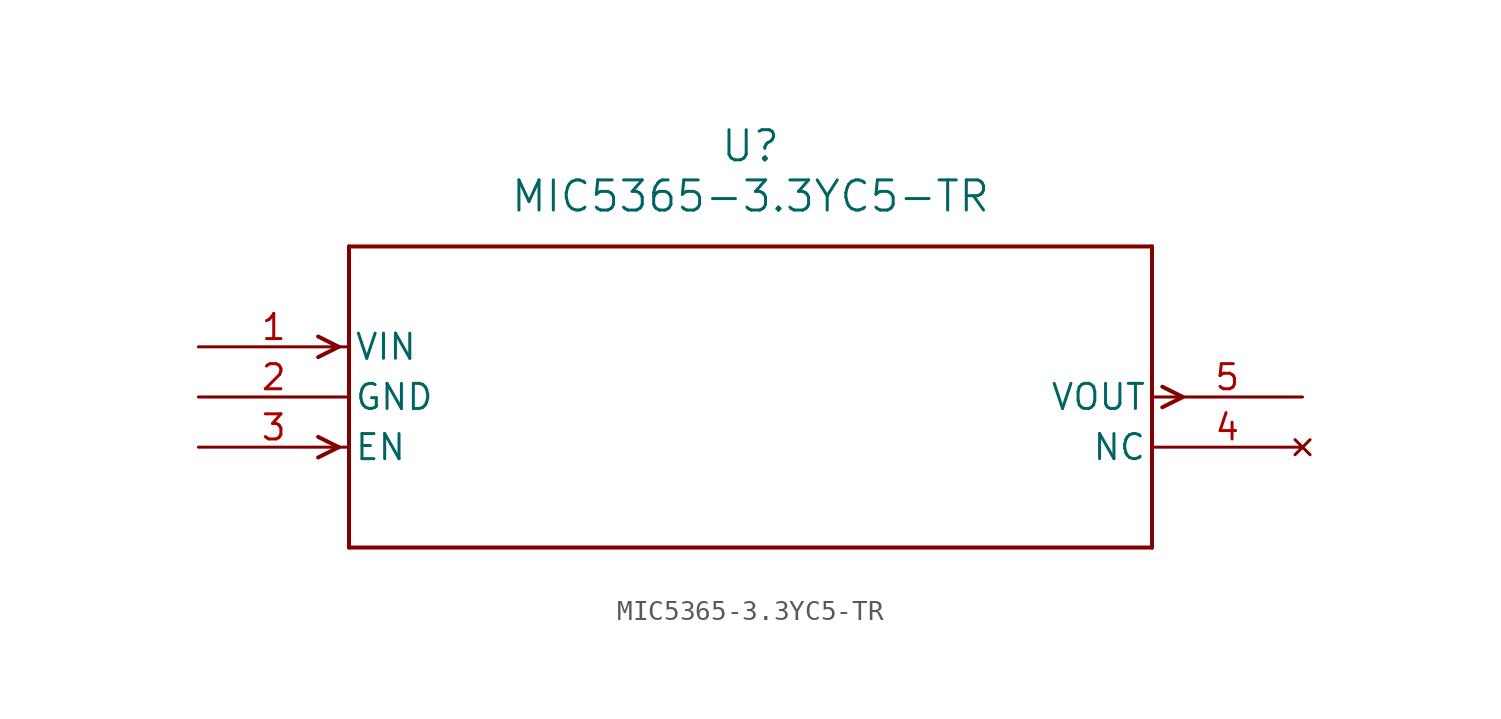
<source format=kicad_sym>
(kicad_symbol_lib
  (version 20211014)
  (generator kicad_symbol_editor)
  (symbol "MIC5365-3.3YC5-TR"
    (pin_names
      (offset 0.254))
    (property "Reference" "U"
      (at 27.94 10.16 0)
      (effects (font (size 1.524 1.524))))
    (property "Value" "MIC5365-3.3YC5-TR"
      (at 27.94 7.62 0)
      (effects (font (size 1.524 1.524))))
    (symbol "MIC5365-3.3YC5-TR_0_1"
      (polyline (pts (xy 7.099 0) (xy 6.058 0.521)) (stroke (width 0.203) (type default) (color 0 0 0 0)) (fill (type none)))
      (polyline (pts (xy 7.099 0) (xy 6.058 -0.521)) (stroke (width 0.203) (type default) (color 0 0 0 0)) (fill (type none)))
      (polyline (pts (xy 7.099 -5.08) (xy 6.058 -4.559)) (stroke (width 0.203) (type default) (color 0 0 0 0)) (fill (type none)))
      (polyline (pts (xy 7.099 -5.08) (xy 6.058 -5.601)) (stroke (width 0.203) (type default) (color 0 0 0 0)) (fill (type none)))
      (polyline (pts (xy 48.781 -2.019) (xy 49.822 -2.54)) (stroke (width 0.203) (type default) (color 0 0 0 0)) (fill (type none)))
      (polyline (pts (xy 48.781 -3.061) (xy 49.822 -2.54)) (stroke (width 0.203) (type default) (color 0 0 0 0)) (fill (type none)))
      (polyline (pts (xy 7.62 5.08) (xy 7.62 -10.16)) (stroke (width 0.203) (type default) (color 0 0 0 0)) (fill (type none)))
      (polyline (pts (xy 7.62 -10.16) (xy 48.26 -10.16)) (stroke (width 0.203) (type default) (color 0 0 0 0)) (fill (type none)))
      (polyline (pts (xy 48.26 -10.16) (xy 48.26 5.08)) (stroke (width 0.203) (type default) (color 0 0 0 0)) (fill (type none)))
      (polyline (pts (xy 48.26 5.08) (xy 7.62 5.08)) (stroke (width 0.203) (type default) (color 0 0 0 0)) (fill (type none)))
      (pin input line (at 0 0 0) (length 7.62) (name "VIN" (effects (font (size 1.27 1.27)))) (number "1" (effects (font (size 1.27 1.27)))))
      (pin power_in line (at 0 -2.54 0) (length 7.62) (name "GND" (effects (font (size 1.27 1.27)))) (number "2" (effects (font (size 1.27 1.27)))))
      (pin input line (at 0 -5.08 0) (length 7.62) (name "EN" (effects (font (size 1.27 1.27)))) (number "3" (effects (font (size 1.27 1.27)))))
      (pin no_connect line (at 55.88 -5.08 180) (length 7.62) (name "NC" (effects (font (size 1.27 1.27)))) (number "4" (effects (font (size 1.27 1.27)))))
      (pin output line (at 55.88 -2.54 180) (length 7.62) (name "VOUT" (effects (font (size 1.27 1.27)))) (number "5" (effects (font (size 1.27 1.27))))))))
</source>
